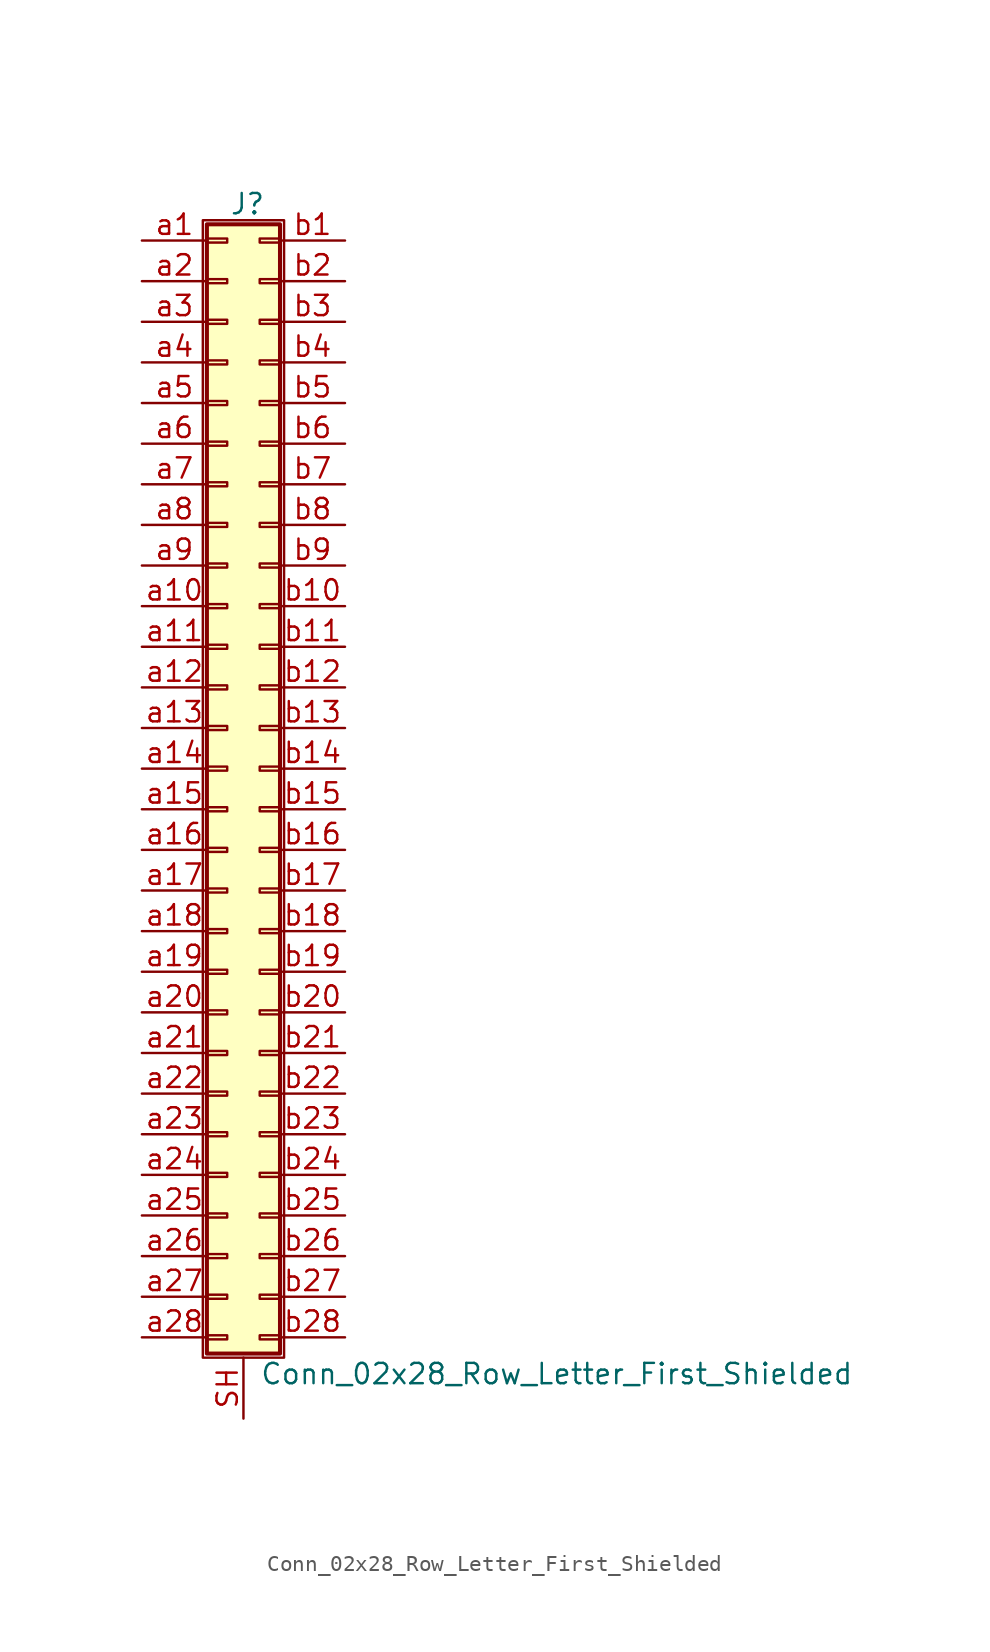
<source format=kicad_sym>
(kicad_symbol_lib
  (version 20201005)
  (generator kicad_symbol_editor)
  (symbol "Connector_Generic_Shielded:Conn_02x28_Row_Letter_First_Shielded"
    (pin_names
      (offset 1.016) hide)
    (property "Reference" "J"
      (at 1.524 35.306 0)
      (effects (font (size 1.27 1.27))))
    (property "Value" "Conn_02x28_Row_Letter_First_Shielded"
      (at 2.286 -37.846 0)
      (effects (font (size 1.27 1.27)) (justify left)))
    (symbol "Conn_02x28_Row_Letter_First_Shielded_1_1"
      (rectangle (start -1.016 -27.813) (end 0.254 -28.067) (stroke (width 0.152)) (fill (type none)))
      (rectangle (start -1.016 -30.353) (end 0.254 -30.607) (stroke (width 0.152)) (fill (type none)))
      (rectangle (start -1.016 -32.893) (end 0.254 -33.147) (stroke (width 0.152)) (fill (type none)))
      (rectangle (start -1.016 -35.433) (end 0.254 -35.687) (stroke (width 0.152)) (fill (type none)))
      (rectangle (start -1.016 -4.953) (end 0.254 -5.207) (stroke (width 0.152)) (fill (type none)))
      (rectangle (start -1.016 -7.493) (end 0.254 -7.747) (stroke (width 0.152)) (fill (type none)))
      (rectangle (start -1.016 -10.033) (end 0.254 -10.287) (stroke (width 0.152)) (fill (type none)))
      (rectangle (start -1.016 -12.573) (end 0.254 -12.827) (stroke (width 0.152)) (fill (type none)))
      (rectangle (start -1.016 -15.113) (end 0.254 -15.367) (stroke (width 0.152)) (fill (type none)))
      (rectangle (start -1.016 -17.653) (end 0.254 -17.907) (stroke (width 0.152)) (fill (type none)))
      (rectangle (start -1.016 -20.193) (end 0.254 -20.447) (stroke (width 0.152)) (fill (type none)))
      (rectangle (start -1.016 -22.733) (end 0.254 -22.987) (stroke (width 0.152)) (fill (type none)))
      (rectangle (start -1.016 -2.413) (end 0.254 -2.667) (stroke (width 0.152)) (fill (type none)))
      (rectangle (start -1.016 -25.273) (end 0.254 -25.527) (stroke (width 0.152)) (fill (type none)))
      (rectangle (start -1.016 25.527) (end 0.254 25.273) (stroke (width 0.152)) (fill (type none)))
      (rectangle (start -1.016 2.667) (end 0.254 2.413) (stroke (width 0.152)) (fill (type none)))
      (rectangle (start -1.016 28.067) (end 0.254 27.813) (stroke (width 0.152)) (fill (type none)))
      (rectangle (start -1.016 30.607) (end 0.254 30.353) (stroke (width 0.152)) (fill (type none)))
      (rectangle (start -1.016 33.147) (end 0.254 32.893) (stroke (width 0.152)) (fill (type none)))
      (rectangle (start -1.016 34.036) (end 3.556 -36.576) (stroke (width 0.254)) (fill (type background)))
      (rectangle (start -1.016 5.207) (end 0.254 4.953) (stroke (width 0.152)) (fill (type none)))
      (rectangle (start -1.016 7.747) (end 0.254 7.493) (stroke (width 0.152)) (fill (type none)))
      (rectangle (start -1.016 10.287) (end 0.254 10.033) (stroke (width 0.152)) (fill (type none)))
      (rectangle (start -1.016 0.127) (end 0.254 -0.127) (stroke (width 0.152)) (fill (type none)))
      (rectangle (start -1.016 12.827) (end 0.254 12.573) (stroke (width 0.152)) (fill (type none)))
      (rectangle (start -1.016 15.367) (end 0.254 15.113) (stroke (width 0.152)) (fill (type none)))
      (rectangle (start -1.016 17.907) (end 0.254 17.653) (stroke (width 0.152)) (fill (type none)))
      (rectangle (start -1.016 20.447) (end 0.254 20.193) (stroke (width 0.152)) (fill (type none)))
      (rectangle (start -1.016 22.987) (end 0.254 22.733) (stroke (width 0.152)) (fill (type none)))
      (rectangle (start -1.27 34.29) (end 3.81 -36.83) (stroke (width 0.152)) (fill (type none)))
      (rectangle (start 3.556 -27.813) (end 2.286 -28.067) (stroke (width 0.152)) (fill (type none)))
      (rectangle (start 3.556 -30.353) (end 2.286 -30.607) (stroke (width 0.152)) (fill (type none)))
      (rectangle (start 3.556 -32.893) (end 2.286 -33.147) (stroke (width 0.152)) (fill (type none)))
      (rectangle (start 3.556 -35.433) (end 2.286 -35.687) (stroke (width 0.152)) (fill (type none)))
      (rectangle (start 3.556 -4.953) (end 2.286 -5.207) (stroke (width 0.152)) (fill (type none)))
      (rectangle (start 3.556 -7.493) (end 2.286 -7.747) (stroke (width 0.152)) (fill (type none)))
      (rectangle (start 3.556 -10.033) (end 2.286 -10.287) (stroke (width 0.152)) (fill (type none)))
      (rectangle (start 3.556 -12.573) (end 2.286 -12.827) (stroke (width 0.152)) (fill (type none)))
      (rectangle (start 3.556 -15.113) (end 2.286 -15.367) (stroke (width 0.152)) (fill (type none)))
      (rectangle (start 3.556 -17.653) (end 2.286 -17.907) (stroke (width 0.152)) (fill (type none)))
      (rectangle (start 3.556 -20.193) (end 2.286 -20.447) (stroke (width 0.152)) (fill (type none)))
      (rectangle (start 3.556 -22.733) (end 2.286 -22.987) (stroke (width 0.152)) (fill (type none)))
      (rectangle (start 3.556 -2.413) (end 2.286 -2.667) (stroke (width 0.152)) (fill (type none)))
      (rectangle (start 3.556 -25.273) (end 2.286 -25.527) (stroke (width 0.152)) (fill (type none)))
      (rectangle (start 3.556 25.527) (end 2.286 25.273) (stroke (width 0.152)) (fill (type none)))
      (rectangle (start 3.556 2.667) (end 2.286 2.413) (stroke (width 0.152)) (fill (type none)))
      (rectangle (start 3.556 28.067) (end 2.286 27.813) (stroke (width 0.152)) (fill (type none)))
      (rectangle (start 3.556 30.607) (end 2.286 30.353) (stroke (width 0.152)) (fill (type none)))
      (rectangle (start 3.556 33.147) (end 2.286 32.893) (stroke (width 0.152)) (fill (type none)))
      (rectangle (start 3.556 5.207) (end 2.286 4.953) (stroke (width 0.152)) (fill (type none)))
      (rectangle (start 3.556 7.747) (end 2.286 7.493) (stroke (width 0.152)) (fill (type none)))
      (rectangle (start 3.556 10.287) (end 2.286 10.033) (stroke (width 0.152)) (fill (type none)))
      (rectangle (start 3.556 0.127) (end 2.286 -0.127) (stroke (width 0.152)) (fill (type none)))
      (rectangle (start 3.556 12.827) (end 2.286 12.573) (stroke (width 0.152)) (fill (type none)))
      (rectangle (start 3.556 15.367) (end 2.286 15.113) (stroke (width 0.152)) (fill (type none)))
      (rectangle (start 3.556 17.907) (end 2.286 17.653) (stroke (width 0.152)) (fill (type none)))
      (rectangle (start 3.556 20.447) (end 2.286 20.193) (stroke (width 0.152)) (fill (type none)))
      (rectangle (start 3.556 22.987) (end 2.286 22.733) (stroke (width 0.152)) (fill (type none)))
      (pin passive line (at -5.08 33.02 0) (length 4.064) (name "Pin_a1" (effects (font (size 1.27 1.27)))) (number "a1" (effects (font (size 1.27 1.27)))))
      (pin passive line (at -5.08 10.16 0) (length 4.064) (name "Pin_a10" (effects (font (size 1.27 1.27)))) (number "a10" (effects (font (size 1.27 1.27)))))
      (pin passive line (at -5.08 7.62 0) (length 4.064) (name "Pin_a11" (effects (font (size 1.27 1.27)))) (number "a11" (effects (font (size 1.27 1.27)))))
      (pin passive line (at -5.08 5.08 0) (length 4.064) (name "Pin_a12" (effects (font (size 1.27 1.27)))) (number "a12" (effects (font (size 1.27 1.27)))))
      (pin passive line (at -5.08 2.54 0) (length 4.064) (name "Pin_a13" (effects (font (size 1.27 1.27)))) (number "a13" (effects (font (size 1.27 1.27)))))
      (pin passive line (at -5.08 0 0) (length 4.064) (name "Pin_a14" (effects (font (size 1.27 1.27)))) (number "a14" (effects (font (size 1.27 1.27)))))
      (pin passive line (at -5.08 -2.54 0) (length 4.064) (name "Pin_a15" (effects (font (size 1.27 1.27)))) (number "a15" (effects (font (size 1.27 1.27)))))
      (pin passive line (at -5.08 -5.08 0) (length 4.064) (name "Pin_a16" (effects (font (size 1.27 1.27)))) (number "a16" (effects (font (size 1.27 1.27)))))
      (pin passive line (at -5.08 -7.62 0) (length 4.064) (name "Pin_a17" (effects (font (size 1.27 1.27)))) (number "a17" (effects (font (size 1.27 1.27)))))
      (pin passive line (at -5.08 -10.16 0) (length 4.064) (name "Pin_a18" (effects (font (size 1.27 1.27)))) (number "a18" (effects (font (size 1.27 1.27)))))
      (pin passive line (at -5.08 -12.7 0) (length 4.064) (name "Pin_a19" (effects (font (size 1.27 1.27)))) (number "a19" (effects (font (size 1.27 1.27)))))
      (pin passive line (at -5.08 30.48 0) (length 4.064) (name "Pin_a2" (effects (font (size 1.27 1.27)))) (number "a2" (effects (font (size 1.27 1.27)))))
      (pin passive line (at -5.08 -15.24 0) (length 4.064) (name "Pin_a20" (effects (font (size 1.27 1.27)))) (number "a20" (effects (font (size 1.27 1.27)))))
      (pin passive line (at -5.08 -17.78 0) (length 4.064) (name "Pin_a21" (effects (font (size 1.27 1.27)))) (number "a21" (effects (font (size 1.27 1.27)))))
      (pin passive line (at -5.08 -20.32 0) (length 4.064) (name "Pin_a22" (effects (font (size 1.27 1.27)))) (number "a22" (effects (font (size 1.27 1.27)))))
      (pin passive line (at -5.08 -22.86 0) (length 4.064) (name "Pin_a23" (effects (font (size 1.27 1.27)))) (number "a23" (effects (font (size 1.27 1.27)))))
      (pin passive line (at -5.08 -25.4 0) (length 4.064) (name "Pin_a24" (effects (font (size 1.27 1.27)))) (number "a24" (effects (font (size 1.27 1.27)))))
      (pin passive line (at -5.08 -27.94 0) (length 4.064) (name "Pin_a25" (effects (font (size 1.27 1.27)))) (number "a25" (effects (font (size 1.27 1.27)))))
      (pin passive line (at -5.08 -30.48 0) (length 4.064) (name "Pin_a26" (effects (font (size 1.27 1.27)))) (number "a26" (effects (font (size 1.27 1.27)))))
      (pin passive line (at -5.08 -33.02 0) (length 4.064) (name "Pin_a27" (effects (font (size 1.27 1.27)))) (number "a27" (effects (font (size 1.27 1.27)))))
      (pin passive line (at -5.08 -35.56 0) (length 4.064) (name "Pin_a28" (effects (font (size 1.27 1.27)))) (number "a28" (effects (font (size 1.27 1.27)))))
      (pin passive line (at -5.08 27.94 0) (length 4.064) (name "Pin_a3" (effects (font (size 1.27 1.27)))) (number "a3" (effects (font (size 1.27 1.27)))))
      (pin passive line (at -5.08 25.4 0) (length 4.064) (name "Pin_a4" (effects (font (size 1.27 1.27)))) (number "a4" (effects (font (size 1.27 1.27)))))
      (pin passive line (at -5.08 22.86 0) (length 4.064) (name "Pin_a5" (effects (font (size 1.27 1.27)))) (number "a5" (effects (font (size 1.27 1.27)))))
      (pin passive line (at -5.08 20.32 0) (length 4.064) (name "Pin_a6" (effects (font (size 1.27 1.27)))) (number "a6" (effects (font (size 1.27 1.27)))))
      (pin passive line (at -5.08 17.78 0) (length 4.064) (name "Pin_a7" (effects (font (size 1.27 1.27)))) (number "a7" (effects (font (size 1.27 1.27)))))
      (pin passive line (at -5.08 15.24 0) (length 4.064) (name "Pin_a8" (effects (font (size 1.27 1.27)))) (number "a8" (effects (font (size 1.27 1.27)))))
      (pin passive line (at -5.08 12.7 0) (length 4.064) (name "Pin_a9" (effects (font (size 1.27 1.27)))) (number "a9" (effects (font (size 1.27 1.27)))))
      (pin passive line (at 7.62 33.02 180) (length 4.064) (name "Pin_b1" (effects (font (size 1.27 1.27)))) (number "b1" (effects (font (size 1.27 1.27)))))
      (pin passive line (at 7.62 10.16 180) (length 4.064) (name "Pin_b10" (effects (font (size 1.27 1.27)))) (number "b10" (effects (font (size 1.27 1.27)))))
      (pin passive line (at 7.62 7.62 180) (length 4.064) (name "Pin_b11" (effects (font (size 1.27 1.27)))) (number "b11" (effects (font (size 1.27 1.27)))))
      (pin passive line (at 7.62 5.08 180) (length 4.064) (name "Pin_b12" (effects (font (size 1.27 1.27)))) (number "b12" (effects (font (size 1.27 1.27)))))
      (pin passive line (at 7.62 2.54 180) (length 4.064) (name "Pin_b13" (effects (font (size 1.27 1.27)))) (number "b13" (effects (font (size 1.27 1.27)))))
      (pin passive line (at 7.62 0 180) (length 4.064) (name "Pin_b14" (effects (font (size 1.27 1.27)))) (number "b14" (effects (font (size 1.27 1.27)))))
      (pin passive line (at 7.62 -2.54 180) (length 4.064) (name "Pin_b15" (effects (font (size 1.27 1.27)))) (number "b15" (effects (font (size 1.27 1.27)))))
      (pin passive line (at 7.62 -5.08 180) (length 4.064) (name "Pin_b16" (effects (font (size 1.27 1.27)))) (number "b16" (effects (font (size 1.27 1.27)))))
      (pin passive line (at 7.62 -7.62 180) (length 4.064) (name "Pin_b17" (effects (font (size 1.27 1.27)))) (number "b17" (effects (font (size 1.27 1.27)))))
      (pin passive line (at 7.62 -10.16 180) (length 4.064) (name "Pin_b18" (effects (font (size 1.27 1.27)))) (number "b18" (effects (font (size 1.27 1.27)))))
      (pin passive line (at 7.62 -12.7 180) (length 4.064) (name "Pin_b19" (effects (font (size 1.27 1.27)))) (number "b19" (effects (font (size 1.27 1.27)))))
      (pin passive line (at 7.62 30.48 180) (length 4.064) (name "Pin_b2" (effects (font (size 1.27 1.27)))) (number "b2" (effects (font (size 1.27 1.27)))))
      (pin passive line (at 7.62 -15.24 180) (length 4.064) (name "Pin_b20" (effects (font (size 1.27 1.27)))) (number "b20" (effects (font (size 1.27 1.27)))))
      (pin passive line (at 7.62 -17.78 180) (length 4.064) (name "Pin_b21" (effects (font (size 1.27 1.27)))) (number "b21" (effects (font (size 1.27 1.27)))))
      (pin passive line (at 7.62 -20.32 180) (length 4.064) (name "Pin_b22" (effects (font (size 1.27 1.27)))) (number "b22" (effects (font (size 1.27 1.27)))))
      (pin passive line (at 7.62 -22.86 180) (length 4.064) (name "Pin_b23" (effects (font (size 1.27 1.27)))) (number "b23" (effects (font (size 1.27 1.27)))))
      (pin passive line (at 7.62 -25.4 180) (length 4.064) (name "Pin_b24" (effects (font (size 1.27 1.27)))) (number "b24" (effects (font (size 1.27 1.27)))))
      (pin passive line (at 7.62 -27.94 180) (length 4.064) (name "Pin_b25" (effects (font (size 1.27 1.27)))) (number "b25" (effects (font (size 1.27 1.27)))))
      (pin passive line (at 7.62 -30.48 180) (length 4.064) (name "Pin_b26" (effects (font (size 1.27 1.27)))) (number "b26" (effects (font (size 1.27 1.27)))))
      (pin passive line (at 7.62 -33.02 180) (length 4.064) (name "Pin_b27" (effects (font (size 1.27 1.27)))) (number "b27" (effects (font (size 1.27 1.27)))))
      (pin passive line (at 7.62 -35.56 180) (length 4.064) (name "Pin_b28" (effects (font (size 1.27 1.27)))) (number "b28" (effects (font (size 1.27 1.27)))))
      (pin passive line (at 7.62 27.94 180) (length 4.064) (name "Pin_b3" (effects (font (size 1.27 1.27)))) (number "b3" (effects (font (size 1.27 1.27)))))
      (pin passive line (at 7.62 25.4 180) (length 4.064) (name "Pin_b4" (effects (font (size 1.27 1.27)))) (number "b4" (effects (font (size 1.27 1.27)))))
      (pin passive line (at 7.62 22.86 180) (length 4.064) (name "Pin_b5" (effects (font (size 1.27 1.27)))) (number "b5" (effects (font (size 1.27 1.27)))))
      (pin passive line (at 7.62 20.32 180) (length 4.064) (name "Pin_b6" (effects (font (size 1.27 1.27)))) (number "b6" (effects (font (size 1.27 1.27)))))
      (pin passive line (at 7.62 17.78 180) (length 4.064) (name "Pin_b7" (effects (font (size 1.27 1.27)))) (number "b7" (effects (font (size 1.27 1.27)))))
      (pin passive line (at 7.62 15.24 180) (length 4.064) (name "Pin_b8" (effects (font (size 1.27 1.27)))) (number "b8" (effects (font (size 1.27 1.27)))))
      (pin passive line (at 7.62 12.7 180) (length 4.064) (name "Pin_b9" (effects (font (size 1.27 1.27)))) (number "b9" (effects (font (size 1.27 1.27)))))
      (pin passive line (at 1.27 -40.64 90) (length 3.81) (name "Shield" (effects (font (size 1.27 1.27)))) (number "SH" (effects (font (size 1.27 1.27))))))))
</source>
